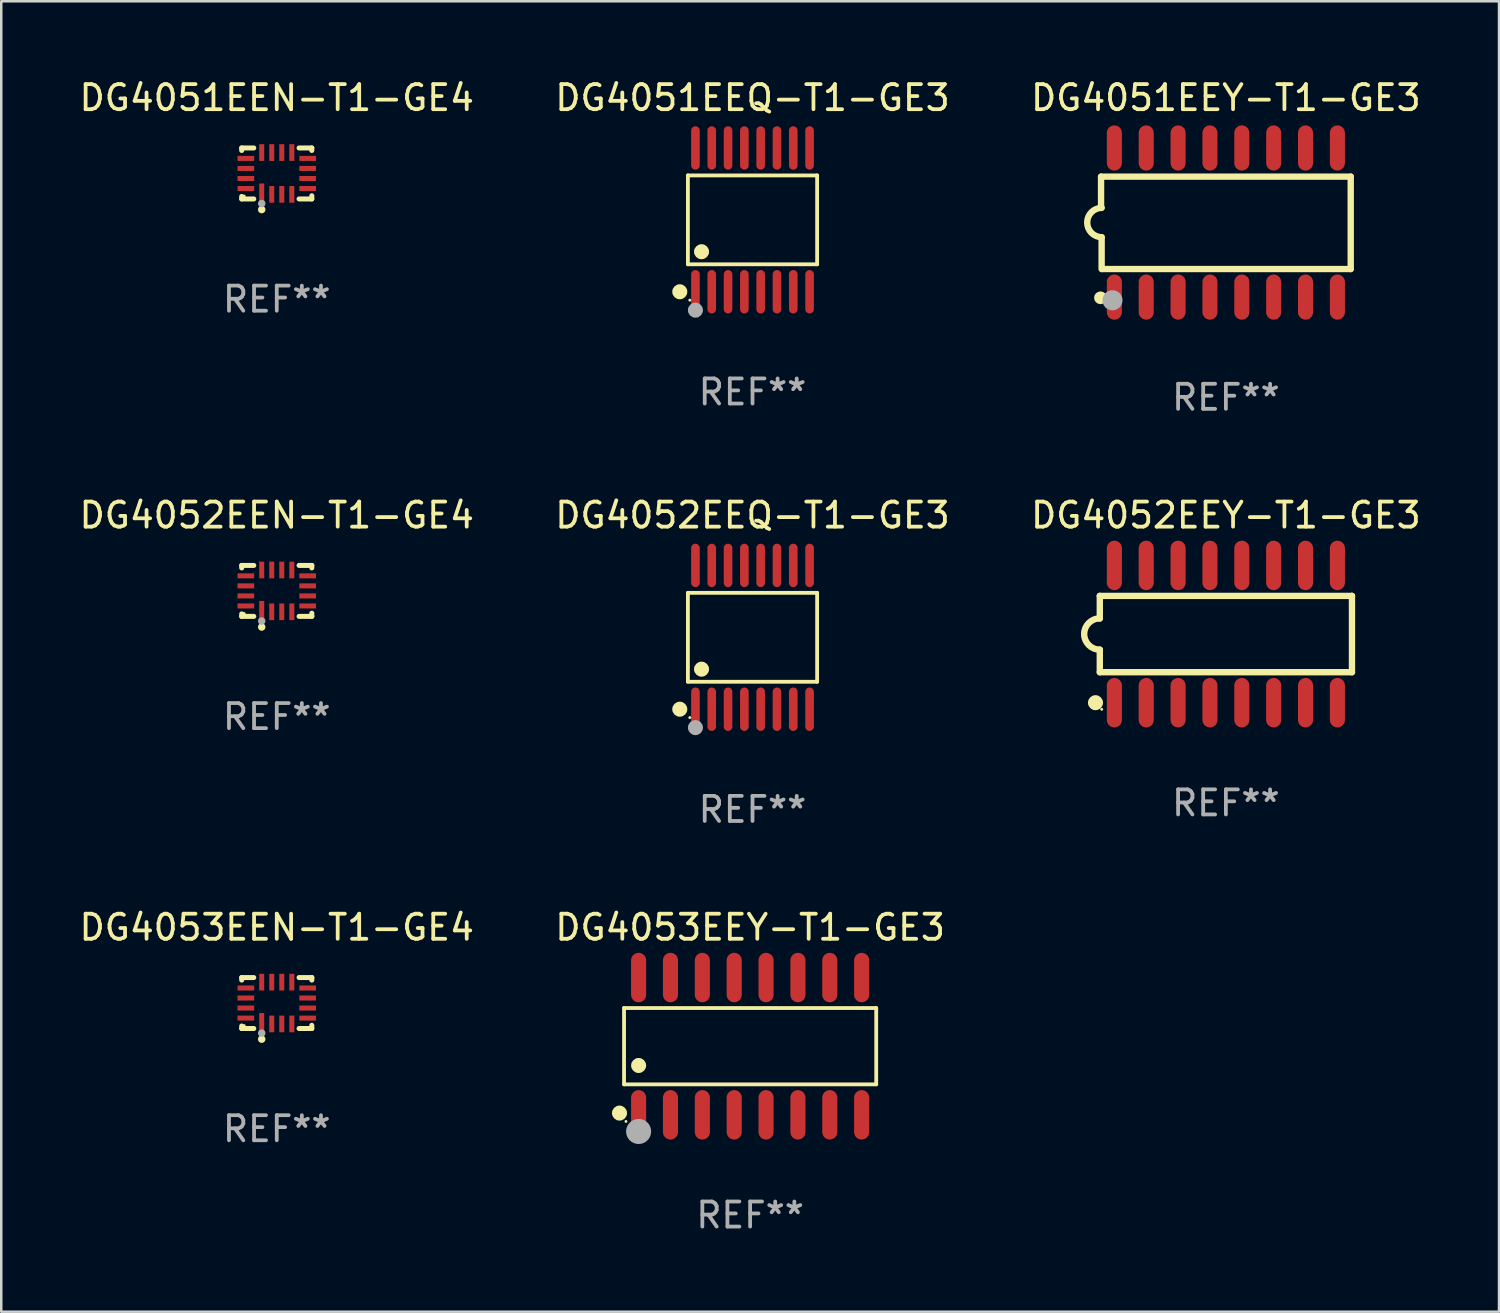
<source format=kicad_pcb>
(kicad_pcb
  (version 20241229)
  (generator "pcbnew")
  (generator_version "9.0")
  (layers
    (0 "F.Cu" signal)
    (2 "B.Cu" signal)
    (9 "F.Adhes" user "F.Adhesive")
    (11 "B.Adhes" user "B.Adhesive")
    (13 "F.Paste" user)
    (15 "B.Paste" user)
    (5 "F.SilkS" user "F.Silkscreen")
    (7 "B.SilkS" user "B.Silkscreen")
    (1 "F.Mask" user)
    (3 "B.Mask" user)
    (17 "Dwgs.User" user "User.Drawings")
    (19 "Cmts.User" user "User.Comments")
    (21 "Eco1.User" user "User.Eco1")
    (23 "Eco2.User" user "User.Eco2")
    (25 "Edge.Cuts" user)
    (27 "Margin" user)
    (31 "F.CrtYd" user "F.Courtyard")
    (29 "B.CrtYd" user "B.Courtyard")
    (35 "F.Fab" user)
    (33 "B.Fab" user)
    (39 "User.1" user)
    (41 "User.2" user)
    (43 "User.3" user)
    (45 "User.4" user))
  (footprint "DG4052EEY-T1-GE3"
    (layer "F.Cu")
    (at 45.815 22.224)
    (property "Reference" "DG4052EEY-T1-GE3" (at 0 -4.736 0) (layer "F.SilkS") (effects (font (size 1 1) (thickness 0.15))))
    (attr through_hole)
    (fp_line (start -5.026 -1.521) (end -5.026 -0.621) (stroke (width 0.254) (type solid)) (layer "F.SilkS"))
    (fp_line (start -5.026 -1.521) (end 5.026 -1.521) (stroke (width 0.254) (type solid)) (layer "F.SilkS"))
    (fp_line (start -5.026 1.521) (end -5.026 0.621) (stroke (width 0.254) (type solid)) (layer "F.SilkS"))
    (fp_line (start 5.026 -1.521) (end 5.026 1.521) (stroke (width 0.254) (type solid)) (layer "F.SilkS"))
    (fp_line (start 5.026 1.521) (end -5.026 1.521) (stroke (width 0.254) (type solid)) (layer "F.SilkS"))
    (fp_arc (start -5.026187 0.621387) (mid -5.647752 -0.000787) (end -5.025781 -0.622555) (stroke (width 0.254001) (type solid)) (layer "F.SilkS"))
    (fp_circle (center -5.198 2.736) (end -5.048 2.736) (stroke (width 0.3) (type solid)) (fill no) (layer "F.SilkS"))
    (fp_circle (center -4.95 3) (end -4.92 3) (stroke (width 0.06) (type solid)) (fill no) (layer "F.SilkS"))
    (fp_text user "REF**" (at 0 6.736 0) (layer "F.Fab") (effects (font (size 1 1) (thickness 0.15))))
    (pad "1" smd oval (at -4.445 2.736) (size 0.602 1.971) (layers "F.Cu" "F.Mask" "F.Paste"))
    (pad "2" smd oval (at -3.175 2.736) (size 0.602 1.971) (layers "F.Cu" "F.Mask" "F.Paste"))
    (pad "3" smd oval (at -1.905 2.736) (size 0.602 1.971) (layers "F.Cu" "F.Mask" "F.Paste"))
    (pad "4" smd oval (at -0.635 2.736) (size 0.602 1.971) (layers "F.Cu" "F.Mask" "F.Paste"))
    (pad "5" smd oval (at 0.635 2.736) (size 0.602 1.971) (layers "F.Cu" "F.Mask" "F.Paste"))
    (pad "6" smd oval (at 1.905 2.736) (size 0.602 1.971) (layers "F.Cu" "F.Mask" "F.Paste"))
    (pad "7" smd oval (at 3.175 2.736) (size 0.602 1.971) (layers "F.Cu" "F.Mask" "F.Paste"))
    (pad "8" smd oval (at 4.445 2.736) (size 0.602 1.971) (layers "F.Cu" "F.Mask" "F.Paste"))
    (pad "9" smd oval (at 4.445 -2.736) (size 0.602 1.971) (layers "F.Cu" "F.Mask" "F.Paste"))
    (pad "10" smd oval (at 3.175 -2.736) (size 0.602 1.971) (layers "F.Cu" "F.Mask" "F.Paste"))
    (pad "11" smd oval (at 1.905 -2.736) (size 0.602 1.971) (layers "F.Cu" "F.Mask" "F.Paste"))
    (pad "12" smd oval (at 0.635 -2.736) (size 0.602 1.971) (layers "F.Cu" "F.Mask" "F.Paste"))
    (pad "13" smd oval (at -0.635 -2.736) (size 0.602 1.971) (layers "F.Cu" "F.Mask" "F.Paste"))
    (pad "14" smd oval (at -1.905 -2.736) (size 0.602 1.971) (layers "F.Cu" "F.Mask" "F.Paste"))
    (pad "15" smd oval (at -3.175 -2.736) (size 0.602 1.971) (layers "F.Cu" "F.Mask" "F.Paste"))
    (pad "16" smd oval (at -4.445 -2.736) (size 0.602 1.971) (layers "F.Cu" "F.Mask" "F.Paste")))
  (footprint "DG4051EEN-T1-GE4"
    (layer "F.Cu")
    (at 7.982 3.864)
    (property "Reference" "DG4051EEN-T1-GE4" (at 0 -3.016 0) (layer "F.SilkS") (effects (font (size 1 1) (thickness 0.15))))
    (attr through_hole)
    (fp_line (start -1.397 -1.016) (end -1.397 -0.916) (stroke (width 0.2) (type solid)) (layer "F.SilkS"))
    (fp_line (start -1.397 0.916) (end -1.397 1.016) (stroke (width 0.2) (type solid)) (layer "F.SilkS"))
    (fp_line (start -1.397 1.016) (end -0.916 1.016) (stroke (width 0.2) (type solid)) (layer "F.SilkS"))
    (fp_line (start -0.916 -1.016) (end -1.397 -1.016) (stroke (width 0.2) (type solid)) (layer "F.SilkS"))
    (fp_line (start 0.889 -1.016) (end 1.397 -1.016) (stroke (width 0.2) (type solid)) (layer "F.SilkS"))
    (fp_line (start 1.397 -1.016) (end 1.397 -0.916) (stroke (width 0.2) (type solid)) (layer "F.SilkS"))
    (fp_line (start 1.397 0.889) (end 1.397 1.016) (stroke (width 0.2) (type solid)) (layer "F.SilkS"))
    (fp_line (start 1.397 1.016) (end 0.889 1.016) (stroke (width 0.2) (type solid)) (layer "F.SilkS"))
    (fp_circle (center -1.3 0.9) (end -1.27 0.9) (stroke (width 0.06) (type solid)) (fill no) (layer "F.SilkS"))
    (fp_circle (center -0.6 1.44) (end -0.525 1.44) (stroke (width 0.15) (type solid)) (fill no) (layer "F.SilkS"))
    (fp_circle (center -0.6 1.2) (end -0.525 1.2) (stroke (width 0.15) (type solid)) (fill no) (layer "F.Fab"))
    (fp_text user "REF**" (at 0 5.016 0) (layer "F.Fab") (effects (font (size 1 1) (thickness 0.15))))
    (pad "1" smd rect (at -0.6 0.782) (size 0.2 0.765) (layers "F.Cu" "F.Mask" "F.Paste"))
    (pad "2" smd rect (at -0.2 0.833) (size 0.2 0.665) (layers "F.Cu" "F.Mask" "F.Paste"))
    (pad "3" smd rect (at 0.2 0.833) (size 0.2 0.665) (layers "F.Cu" "F.Mask" "F.Paste"))
    (pad "4" smd rect (at 0.6 0.833) (size 0.2 0.665) (layers "F.Cu" "F.Mask" "F.Paste"))
    (pad "5" smd rect (at 1.232 0.6) (size 0.665 0.2) (layers "F.Cu" "F.Mask" "F.Paste"))
    (pad "6" smd rect (at 1.232 0.2) (size 0.665 0.2) (layers "F.Cu" "F.Mask" "F.Paste"))
    (pad "7" smd rect (at 1.232 -0.2) (size 0.665 0.2) (layers "F.Cu" "F.Mask" "F.Paste"))
    (pad "8" smd rect (at 1.232 -0.6) (size 0.665 0.2) (layers "F.Cu" "F.Mask" "F.Paste"))
    (pad "9" smd rect (at 0.6 -0.833) (size 0.2 0.665) (layers "F.Cu" "F.Mask" "F.Paste"))
    (pad "10" smd rect (at 0.2 -0.833) (size 0.2 0.665) (layers "F.Cu" "F.Mask" "F.Paste"))
    (pad "11" smd rect (at -0.2 -0.833) (size 0.2 0.665) (layers "F.Cu" "F.Mask" "F.Paste"))
    (pad "12" smd rect (at -0.6 -0.833) (size 0.2 0.665) (layers "F.Cu" "F.Mask" "F.Paste"))
    (pad "13" smd rect (at -1.232 -0.6) (size 0.665 0.2) (layers "F.Cu" "F.Mask" "F.Paste"))
    (pad "14" smd rect (at -1.232 -0.2) (size 0.665 0.2) (layers "F.Cu" "F.Mask" "F.Paste"))
    (pad "15" smd rect (at -1.232 0.2) (size 0.665 0.2) (layers "F.Cu" "F.Mask" "F.Paste"))
    (pad "16" smd rect (at -1.232 0.6) (size 0.665 0.2) (layers "F.Cu" "F.Mask" "F.Paste")))
  (footprint "DG4052EEN-T1-GE4"
    (layer "F.Cu")
    (at 7.982 20.504)
    (property "Reference" "DG4052EEN-T1-GE4" (at 0 -3.016 0) (layer "F.SilkS") (effects (font (size 1 1) (thickness 0.15))))
    (attr through_hole)
    (fp_line (start -1.397 -1.016) (end -1.397 -0.916) (stroke (width 0.2) (type solid)) (layer "F.SilkS"))
    (fp_line (start -1.397 0.916) (end -1.397 1.016) (stroke (width 0.2) (type solid)) (layer "F.SilkS"))
    (fp_line (start -1.397 1.016) (end -0.916 1.016) (stroke (width 0.2) (type solid)) (layer "F.SilkS"))
    (fp_line (start -0.916 -1.016) (end -1.397 -1.016) (stroke (width 0.2) (type solid)) (layer "F.SilkS"))
    (fp_line (start 0.889 -1.016) (end 1.397 -1.016) (stroke (width 0.2) (type solid)) (layer "F.SilkS"))
    (fp_line (start 1.397 -1.016) (end 1.397 -0.916) (stroke (width 0.2) (type solid)) (layer "F.SilkS"))
    (fp_line (start 1.397 0.889) (end 1.397 1.016) (stroke (width 0.2) (type solid)) (layer "F.SilkS"))
    (fp_line (start 1.397 1.016) (end 0.889 1.016) (stroke (width 0.2) (type solid)) (layer "F.SilkS"))
    (fp_circle (center -1.3 0.9) (end -1.27 0.9) (stroke (width 0.06) (type solid)) (fill no) (layer "F.SilkS"))
    (fp_circle (center -0.6 1.44) (end -0.525 1.44) (stroke (width 0.15) (type solid)) (fill no) (layer "F.SilkS"))
    (fp_circle (center -0.6 1.2) (end -0.525 1.2) (stroke (width 0.15) (type solid)) (fill no) (layer "F.Fab"))
    (fp_text user "REF**" (at 0 5.016 0) (layer "F.Fab") (effects (font (size 1 1) (thickness 0.15))))
    (pad "1" smd rect (at -0.6 0.782) (size 0.2 0.765) (layers "F.Cu" "F.Mask" "F.Paste"))
    (pad "2" smd rect (at -0.2 0.833) (size 0.2 0.665) (layers "F.Cu" "F.Mask" "F.Paste"))
    (pad "3" smd rect (at 0.2 0.833) (size 0.2 0.665) (layers "F.Cu" "F.Mask" "F.Paste"))
    (pad "4" smd rect (at 0.6 0.833) (size 0.2 0.665) (layers "F.Cu" "F.Mask" "F.Paste"))
    (pad "5" smd rect (at 1.232 0.6) (size 0.665 0.2) (layers "F.Cu" "F.Mask" "F.Paste"))
    (pad "6" smd rect (at 1.232 0.2) (size 0.665 0.2) (layers "F.Cu" "F.Mask" "F.Paste"))
    (pad "7" smd rect (at 1.232 -0.2) (size 0.665 0.2) (layers "F.Cu" "F.Mask" "F.Paste"))
    (pad "8" smd rect (at 1.232 -0.6) (size 0.665 0.2) (layers "F.Cu" "F.Mask" "F.Paste"))
    (pad "9" smd rect (at 0.6 -0.833) (size 0.2 0.665) (layers "F.Cu" "F.Mask" "F.Paste"))
    (pad "10" smd rect (at 0.2 -0.833) (size 0.2 0.665) (layers "F.Cu" "F.Mask" "F.Paste"))
    (pad "11" smd rect (at -0.2 -0.833) (size 0.2 0.665) (layers "F.Cu" "F.Mask" "F.Paste"))
    (pad "12" smd rect (at -0.6 -0.833) (size 0.2 0.665) (layers "F.Cu" "F.Mask" "F.Paste"))
    (pad "13" smd rect (at -1.232 -0.6) (size 0.665 0.2) (layers "F.Cu" "F.Mask" "F.Paste"))
    (pad "14" smd rect (at -1.232 -0.2) (size 0.665 0.2) (layers "F.Cu" "F.Mask" "F.Paste"))
    (pad "15" smd rect (at -1.232 0.2) (size 0.665 0.2) (layers "F.Cu" "F.Mask" "F.Paste"))
    (pad "16" smd rect (at -1.232 0.6) (size 0.665 0.2) (layers "F.Cu" "F.Mask" "F.Paste")))
  (footprint "DG4051EEQ-T1-GE3"
    (layer "F.Cu")
    (at 26.946 5.714)
    (property "Reference" "DG4051EEQ-T1-GE3" (at 0 -4.866 0) (layer "F.SilkS") (effects (font (size 1 1) (thickness 0.15))))
    (attr through_hole)
    (fp_line (start -2.576 -1.772) (end 2.576 -1.772) (stroke (width 0.152) (type solid)) (layer "F.SilkS"))
    (fp_line (start -2.576 1.771) (end -2.576 -1.772) (stroke (width 0.152) (type solid)) (layer "F.SilkS"))
    (fp_line (start 2.576 -1.772) (end 2.576 1.771) (stroke (width 0.152) (type solid)) (layer "F.SilkS"))
    (fp_line (start 2.576 1.771) (end -2.576 1.771) (stroke (width 0.152) (type solid)) (layer "F.SilkS"))
    (fp_circle (center -2.899 2.866) (end -2.749 2.866) (stroke (width 0.3) (type solid)) (fill no) (layer "F.SilkS"))
    (fp_circle (center -2.5 3.2) (end -2.47 3.2) (stroke (width 0.06) (type solid)) (fill no) (layer "F.SilkS"))
    (fp_circle (center -2.032 1.27) (end -1.882 1.27) (stroke (width 0.3) (type solid)) (fill no) (layer "F.SilkS"))
    (fp_circle (center -2.275 3.6) (end -2.125 3.6) (stroke (width 0.3) (type solid)) (fill no) (layer "F.Fab"))
    (fp_text user "REF**" (at 0 6.866 0) (layer "F.Fab") (effects (font (size 1 1) (thickness 0.15))))
    (pad "1" smd oval (at -2.275 2.866) (size 0.343 1.731) (layers "F.Cu" "F.Mask" "F.Paste"))
    (pad "2" smd oval (at -1.625 2.866) (size 0.343 1.731) (layers "F.Cu" "F.Mask" "F.Paste"))
    (pad "3" smd oval (at -0.975 2.866) (size 0.343 1.731) (layers "F.Cu" "F.Mask" "F.Paste"))
    (pad "4" smd oval (at -0.325 2.866) (size 0.343 1.731) (layers "F.Cu" "F.Mask" "F.Paste"))
    (pad "5" smd oval (at 0.325 2.866) (size 0.343 1.731) (layers "F.Cu" "F.Mask" "F.Paste"))
    (pad "6" smd oval (at 0.975 2.866) (size 0.343 1.731) (layers "F.Cu" "F.Mask" "F.Paste"))
    (pad "7" smd oval (at 1.625 2.866) (size 0.343 1.731) (layers "F.Cu" "F.Mask" "F.Paste"))
    (pad "8" smd oval (at 2.275 2.866) (size 0.343 1.731) (layers "F.Cu" "F.Mask" "F.Paste"))
    (pad "9" smd oval (at 2.275 -2.866) (size 0.343 1.731) (layers "F.Cu" "F.Mask" "F.Paste"))
    (pad "10" smd oval (at 1.625 -2.866) (size 0.343 1.731) (layers "F.Cu" "F.Mask" "F.Paste"))
    (pad "11" smd oval (at 0.975 -2.866) (size 0.343 1.731) (layers "F.Cu" "F.Mask" "F.Paste"))
    (pad "12" smd oval (at 0.325 -2.866) (size 0.343 1.731) (layers "F.Cu" "F.Mask" "F.Paste"))
    (pad "13" smd oval (at -0.325 -2.866) (size 0.343 1.731) (layers "F.Cu" "F.Mask" "F.Paste"))
    (pad "14" smd oval (at -0.975 -2.866) (size 0.343 1.731) (layers "F.Cu" "F.Mask" "F.Paste"))
    (pad "15" smd oval (at -1.625 -2.866) (size 0.343 1.731) (layers "F.Cu" "F.Mask" "F.Paste"))
    (pad "16" smd oval (at -2.275 -2.866) (size 0.343 1.731) (layers "F.Cu" "F.Mask" "F.Paste")))
  (footprint "DG4053EEY-T1-GE3"
    (layer "F.Cu")
    (at 26.851 38.652)
    (property "Reference" "DG4053EEY-T1-GE3" (at 0 -4.736 0) (layer "F.SilkS") (effects (font (size 1 1) (thickness 0.15))))
    (attr through_hole)
    (fp_line (start -5.026 -1.521) (end 5.026 -1.521) (stroke (width 0.152) (type solid)) (layer "F.SilkS"))
    (fp_line (start -5.026 1.521) (end -5.026 -1.521) (stroke (width 0.152) (type solid)) (layer "F.SilkS"))
    (fp_line (start 5.026 -1.521) (end 5.026 1.521) (stroke (width 0.152) (type solid)) (layer "F.SilkS"))
    (fp_line (start 5.026 1.521) (end -5.026 1.521) (stroke (width 0.152) (type solid)) (layer "F.SilkS"))
    (fp_circle (center -5.207 2.667) (end -5.057 2.667) (stroke (width 0.3) (type solid)) (fill no) (layer "F.SilkS"))
    (fp_circle (center -4.95 3) (end -4.92 3) (stroke (width 0.06) (type solid)) (fill no) (layer "F.SilkS"))
    (fp_circle (center -4.445 0.769) (end -4.295 0.769) (stroke (width 0.3) (type solid)) (fill no) (layer "F.SilkS"))
    (fp_circle (center -4.445 3.4) (end -4.195 3.4) (stroke (width 0.5) (type solid)) (fill no) (layer "F.Fab"))
    (fp_text user "REF**" (at 0 6.736 0) (layer "F.Fab") (effects (font (size 1 1) (thickness 0.15))))
    (pad "1" smd oval (at -4.445 2.736) (size 0.602 1.971) (layers "F.Cu" "F.Mask" "F.Paste"))
    (pad "2" smd oval (at -3.175 2.736) (size 0.602 1.971) (layers "F.Cu" "F.Mask" "F.Paste"))
    (pad "3" smd oval (at -1.905 2.736) (size 0.602 1.971) (layers "F.Cu" "F.Mask" "F.Paste"))
    (pad "4" smd oval (at -0.635 2.736) (size 0.602 1.971) (layers "F.Cu" "F.Mask" "F.Paste"))
    (pad "5" smd oval (at 0.635 2.736) (size 0.602 1.971) (layers "F.Cu" "F.Mask" "F.Paste"))
    (pad "6" smd oval (at 1.905 2.736) (size 0.602 1.971) (layers "F.Cu" "F.Mask" "F.Paste"))
    (pad "7" smd oval (at 3.175 2.736) (size 0.602 1.971) (layers "F.Cu" "F.Mask" "F.Paste"))
    (pad "8" smd oval (at 4.445 2.736) (size 0.602 1.971) (layers "F.Cu" "F.Mask" "F.Paste"))
    (pad "9" smd oval (at 4.445 -2.736) (size 0.602 1.971) (layers "F.Cu" "F.Mask" "F.Paste"))
    (pad "10" smd oval (at 3.175 -2.736) (size 0.602 1.971) (layers "F.Cu" "F.Mask" "F.Paste"))
    (pad "11" smd oval (at 1.905 -2.736) (size 0.602 1.971) (layers "F.Cu" "F.Mask" "F.Paste"))
    (pad "12" smd oval (at 0.635 -2.736) (size 0.602 1.971) (layers "F.Cu" "F.Mask" "F.Paste"))
    (pad "13" smd oval (at -0.635 -2.736) (size 0.602 1.971) (layers "F.Cu" "F.Mask" "F.Paste"))
    (pad "14" smd oval (at -1.905 -2.736) (size 0.602 1.971) (layers "F.Cu" "F.Mask" "F.Paste"))
    (pad "15" smd oval (at -3.175 -2.736) (size 0.602 1.971) (layers "F.Cu" "F.Mask" "F.Paste"))
    (pad "16" smd oval (at -4.445 -2.736) (size 0.602 1.971) (layers "F.Cu" "F.Mask" "F.Paste")))
  (footprint "DG4051EEY-T1-GE3"
    (layer "F.Cu")
    (at 45.815 5.82)
    (property "Reference" "DG4051EEY-T1-GE3" (at 0 -4.972 0) (layer "F.SilkS") (effects (font (size 1 1) (thickness 0.15))))
    (attr through_hole)
    (fp_line (start -4.976 -1.829) (end -4.976 -0.584) (stroke (width 0.254) (type solid)) (layer "F.SilkS"))
    (fp_line (start -4.953 0.584) (end -4.953 1.854) (stroke (width 0.254) (type solid)) (layer "F.SilkS"))
    (fp_line (start -4.928 1.854) (end 4.976 1.854) (stroke (width 0.254) (type solid)) (layer "F.SilkS"))
    (fp_line (start 4.976 -1.829) (end -4.976 -1.829) (stroke (width 0.254) (type solid)) (layer "F.SilkS"))
    (fp_line (start 4.976 1.854) (end 4.976 -1.829) (stroke (width 0.254) (type solid)) (layer "F.SilkS"))
    (fp_arc (start -4.95301 0.584201) (mid -5.533866 -0.00152) (end -4.950088 -0.584329) (stroke (width 0.254001) (type solid)) (layer "F.SilkS"))
    (fp_circle (center -5 3) (end -4.873 3) (stroke (width 0.254) (type solid)) (fill no) (layer "F.SilkS"))
    (fp_circle (center -4.521 3.099) (end -4.321 3.099) (stroke (width 0.4) (type solid)) (fill no) (layer "F.Fab"))
    (fp_text user "REF**" (at 0 6.972 0) (layer "F.Fab") (effects (font (size 1 1) (thickness 0.15))))
    (pad "1" smd oval (at -4.445 2.972 180) (size 0.6 1.8) (layers "F.Cu" "F.Mask" "F.Paste"))
    (pad "2" smd oval (at -3.175 2.972 180) (size 0.6 1.8) (layers "F.Cu" "F.Mask" "F.Paste"))
    (pad "3" smd oval (at -1.905 2.972 180) (size 0.6 1.8) (layers "F.Cu" "F.Mask" "F.Paste"))
    (pad "4" smd oval (at -0.635 2.972 180) (size 0.6 1.8) (layers "F.Cu" "F.Mask" "F.Paste"))
    (pad "5" smd oval (at 0.635 2.972 180) (size 0.6 1.8) (layers "F.Cu" "F.Mask" "F.Paste"))
    (pad "6" smd oval (at 1.905 2.972 180) (size 0.6 1.8) (layers "F.Cu" "F.Mask" "F.Paste"))
    (pad "7" smd oval (at 3.175 2.972 180) (size 0.6 1.8) (layers "F.Cu" "F.Mask" "F.Paste"))
    (pad "8" smd oval (at 4.445 2.972 180) (size 0.6 1.8) (layers "F.Cu" "F.Mask" "F.Paste"))
    (pad "9" smd oval (at 4.445 -2.972 180) (size 0.6 1.8) (layers "F.Cu" "F.Mask" "F.Paste"))
    (pad "10" smd oval (at 3.175 -2.972 180) (size 0.6 1.8) (layers "F.Cu" "F.Mask" "F.Paste"))
    (pad "11" smd oval (at 1.905 -2.972 180) (size 0.6 1.8) (layers "F.Cu" "F.Mask" "F.Paste"))
    (pad "12" smd oval (at 0.635 -2.972 180) (size 0.6 1.8) (layers "F.Cu" "F.Mask" "F.Paste"))
    (pad "13" smd oval (at -0.635 -2.972 180) (size 0.6 1.8) (layers "F.Cu" "F.Mask" "F.Paste"))
    (pad "14" smd oval (at -1.905 -2.972 180) (size 0.6 1.8) (layers "F.Cu" "F.Mask" "F.Paste"))
    (pad "15" smd oval (at -3.175 -2.972 180) (size 0.6 1.8) (layers "F.Cu" "F.Mask" "F.Paste"))
    (pad "16" smd oval (at -4.445 -2.972 180) (size 0.6 1.8) (layers "F.Cu" "F.Mask" "F.Paste")))
  (footprint "DG4053EEN-T1-GE4"
    (layer "F.Cu")
    (at 7.982 36.932)
    (property "Reference" "DG4053EEN-T1-GE4" (at 0 -3.016 0) (layer "F.SilkS") (effects (font (size 1 1) (thickness 0.15))))
    (attr through_hole)
    (fp_line (start -1.397 -1.016) (end -1.397 -0.916) (stroke (width 0.2) (type solid)) (layer "F.SilkS"))
    (fp_line (start -1.397 0.916) (end -1.397 1.016) (stroke (width 0.2) (type solid)) (layer "F.SilkS"))
    (fp_line (start -1.397 1.016) (end -0.916 1.016) (stroke (width 0.2) (type solid)) (layer "F.SilkS"))
    (fp_line (start -0.916 -1.016) (end -1.397 -1.016) (stroke (width 0.2) (type solid)) (layer "F.SilkS"))
    (fp_line (start 0.889 -1.016) (end 1.397 -1.016) (stroke (width 0.2) (type solid)) (layer "F.SilkS"))
    (fp_line (start 1.397 -1.016) (end 1.397 -0.916) (stroke (width 0.2) (type solid)) (layer "F.SilkS"))
    (fp_line (start 1.397 0.889) (end 1.397 1.016) (stroke (width 0.2) (type solid)) (layer "F.SilkS"))
    (fp_line (start 1.397 1.016) (end 0.889 1.016) (stroke (width 0.2) (type solid)) (layer "F.SilkS"))
    (fp_circle (center -1.3 0.9) (end -1.27 0.9) (stroke (width 0.06) (type solid)) (fill no) (layer "F.SilkS"))
    (fp_circle (center -0.6 1.44) (end -0.525 1.44) (stroke (width 0.15) (type solid)) (fill no) (layer "F.SilkS"))
    (fp_circle (center -0.6 1.2) (end -0.525 1.2) (stroke (width 0.15) (type solid)) (fill no) (layer "F.Fab"))
    (fp_text user "REF**" (at 0 5.016 0) (layer "F.Fab") (effects (font (size 1 1) (thickness 0.15))))
    (pad "1" smd rect (at -0.6 0.782) (size 0.2 0.765) (layers "F.Cu" "F.Mask" "F.Paste"))
    (pad "2" smd rect (at -0.2 0.833) (size 0.2 0.665) (layers "F.Cu" "F.Mask" "F.Paste"))
    (pad "3" smd rect (at 0.2 0.833) (size 0.2 0.665) (layers "F.Cu" "F.Mask" "F.Paste"))
    (pad "4" smd rect (at 0.6 0.833) (size 0.2 0.665) (layers "F.Cu" "F.Mask" "F.Paste"))
    (pad "5" smd rect (at 1.232 0.6) (size 0.665 0.2) (layers "F.Cu" "F.Mask" "F.Paste"))
    (pad "6" smd rect (at 1.232 0.2) (size 0.665 0.2) (layers "F.Cu" "F.Mask" "F.Paste"))
    (pad "7" smd rect (at 1.232 -0.2) (size 0.665 0.2) (layers "F.Cu" "F.Mask" "F.Paste"))
    (pad "8" smd rect (at 1.232 -0.6) (size 0.665 0.2) (layers "F.Cu" "F.Mask" "F.Paste"))
    (pad "9" smd rect (at 0.6 -0.833) (size 0.2 0.665) (layers "F.Cu" "F.Mask" "F.Paste"))
    (pad "10" smd rect (at 0.2 -0.833) (size 0.2 0.665) (layers "F.Cu" "F.Mask" "F.Paste"))
    (pad "11" smd rect (at -0.2 -0.833) (size 0.2 0.665) (layers "F.Cu" "F.Mask" "F.Paste"))
    (pad "12" smd rect (at -0.6 -0.833) (size 0.2 0.665) (layers "F.Cu" "F.Mask" "F.Paste"))
    (pad "13" smd rect (at -1.232 -0.6) (size 0.665 0.2) (layers "F.Cu" "F.Mask" "F.Paste"))
    (pad "14" smd rect (at -1.232 -0.2) (size 0.665 0.2) (layers "F.Cu" "F.Mask" "F.Paste"))
    (pad "15" smd rect (at -1.232 0.2) (size 0.665 0.2) (layers "F.Cu" "F.Mask" "F.Paste"))
    (pad "16" smd rect (at -1.232 0.6) (size 0.665 0.2) (layers "F.Cu" "F.Mask" "F.Paste")))
  (footprint "DG4052EEQ-T1-GE3"
    (layer "F.Cu")
    (at 26.946 22.354)
    (property "Reference" "DG4052EEQ-T1-GE3" (at 0 -4.866 0) (layer "F.SilkS") (effects (font (size 1 1) (thickness 0.15))))
    (attr through_hole)
    (fp_line (start -2.576 -1.772) (end 2.576 -1.772) (stroke (width 0.152) (type solid)) (layer "F.SilkS"))
    (fp_line (start -2.576 1.771) (end -2.576 -1.772) (stroke (width 0.152) (type solid)) (layer "F.SilkS"))
    (fp_line (start 2.576 -1.772) (end 2.576 1.771) (stroke (width 0.152) (type solid)) (layer "F.SilkS"))
    (fp_line (start 2.576 1.771) (end -2.576 1.771) (stroke (width 0.152) (type solid)) (layer "F.SilkS"))
    (fp_circle (center -2.899 2.866) (end -2.749 2.866) (stroke (width 0.3) (type solid)) (fill no) (layer "F.SilkS"))
    (fp_circle (center -2.5 3.2) (end -2.47 3.2) (stroke (width 0.06) (type solid)) (fill no) (layer "F.SilkS"))
    (fp_circle (center -2.032 1.27) (end -1.882 1.27) (stroke (width 0.3) (type solid)) (fill no) (layer "F.SilkS"))
    (fp_circle (center -2.275 3.6) (end -2.125 3.6) (stroke (width 0.3) (type solid)) (fill no) (layer "F.Fab"))
    (fp_text user "REF**" (at 0 6.866 0) (layer "F.Fab") (effects (font (size 1 1) (thickness 0.15))))
    (pad "1" smd oval (at -2.275 2.866) (size 0.343 1.731) (layers "F.Cu" "F.Mask" "F.Paste"))
    (pad "2" smd oval (at -1.625 2.866) (size 0.343 1.731) (layers "F.Cu" "F.Mask" "F.Paste"))
    (pad "3" smd oval (at -0.975 2.866) (size 0.343 1.731) (layers "F.Cu" "F.Mask" "F.Paste"))
    (pad "4" smd oval (at -0.325 2.866) (size 0.343 1.731) (layers "F.Cu" "F.Mask" "F.Paste"))
    (pad "5" smd oval (at 0.325 2.866) (size 0.343 1.731) (layers "F.Cu" "F.Mask" "F.Paste"))
    (pad "6" smd oval (at 0.975 2.866) (size 0.343 1.731) (layers "F.Cu" "F.Mask" "F.Paste"))
    (pad "7" smd oval (at 1.625 2.866) (size 0.343 1.731) (layers "F.Cu" "F.Mask" "F.Paste"))
    (pad "8" smd oval (at 2.275 2.866) (size 0.343 1.731) (layers "F.Cu" "F.Mask" "F.Paste"))
    (pad "9" smd oval (at 2.275 -2.866) (size 0.343 1.731) (layers "F.Cu" "F.Mask" "F.Paste"))
    (pad "10" smd oval (at 1.625 -2.866) (size 0.343 1.731) (layers "F.Cu" "F.Mask" "F.Paste"))
    (pad "11" smd oval (at 0.975 -2.866) (size 0.343 1.731) (layers "F.Cu" "F.Mask" "F.Paste"))
    (pad "12" smd oval (at 0.325 -2.866) (size 0.343 1.731) (layers "F.Cu" "F.Mask" "F.Paste"))
    (pad "13" smd oval (at -0.325 -2.866) (size 0.343 1.731) (layers "F.Cu" "F.Mask" "F.Paste"))
    (pad "14" smd oval (at -0.975 -2.866) (size 0.343 1.731) (layers "F.Cu" "F.Mask" "F.Paste"))
    (pad "15" smd oval (at -1.625 -2.866) (size 0.343 1.731) (layers "F.Cu" "F.Mask" "F.Paste"))
    (pad "16" smd oval (at -2.275 -2.866) (size 0.343 1.731) (layers "F.Cu" "F.Mask" "F.Paste")))
  (gr_rect
    (start -3 -3)
    (end 56.702 49.236)
    (stroke (width 0.1) (type default))
    (fill no)
    (layer "Edge.Cuts")))
</source>
